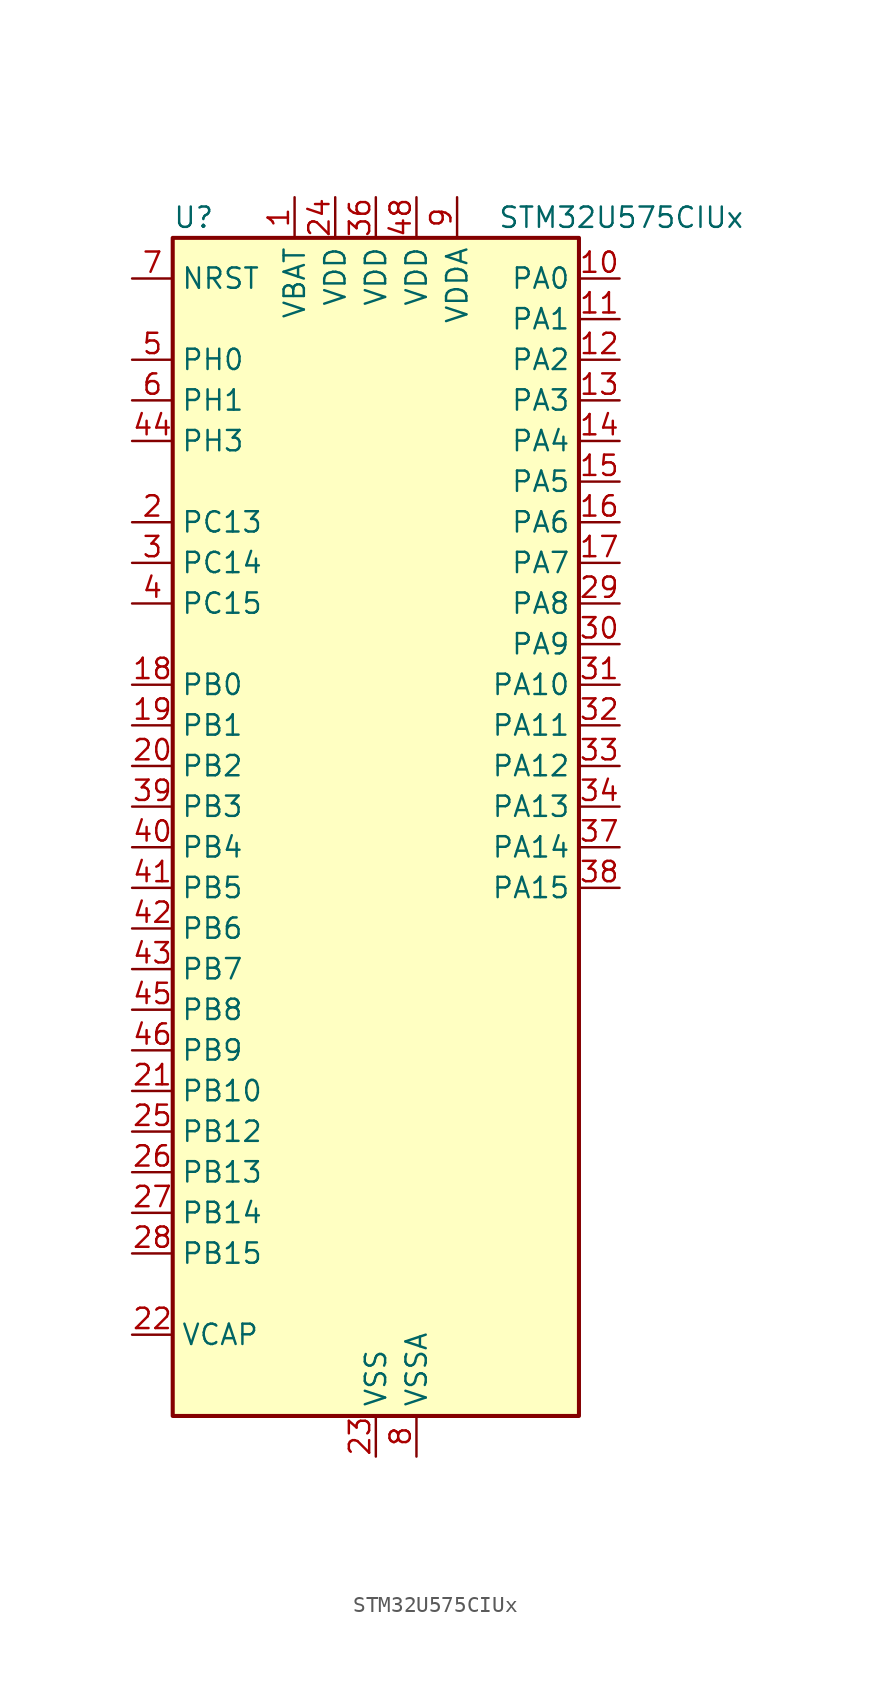
<source format=kicad_sym>
(kicad_symbol_lib
  (version 20220914)
  (generator kicad_symbol_editor)
  (symbol "STM32U575CIUx"
    (property "Reference" "U"
      (at -12.7 39.37 0)
      (effects (font (size 1.27 1.27)) (justify left)))
    (property "Value" "STM32U575CIUx"
      (at 7.62 39.37 0)
      (effects (font (size 1.27 1.27)) (justify left)))
    (property "ki_locked" ""
      (at 0 0 0)
      (effects (font (size 1.27 1.27))))
    (symbol "STM32U575CIUx_0_1"
      (rectangle (start -12.7 -35.56) (end 12.7 38.1) (stroke (width 0.254) (type default)) (fill (type background))))
    (symbol "STM32U575CIUx_1_1"
      (pin power_in line (at -5.08 40.64 270) (length 2.54) (name "VBAT" (effects (font (size 1.27 1.27)))) (number "1" (effects (font (size 1.27 1.27)))))
      (pin bidirectional line (at 15.24 35.56 180) (length 2.54) (name "PA0" (effects (font (size 1.27 1.27)))) (number "10" (effects (font (size 1.27 1.27)))) (alternate "ADC1_IN5" bidirectional line) (alternate "AUDIOCLK" bidirectional line) (alternate "OCTOSPIM_P2_NCS" bidirectional line) (alternate "OPAMP1_VINP" bidirectional line) (alternate "PWR_WKUP1" bidirectional line) (alternate "SPI3_RDY" bidirectional line) (alternate "TAMP_IN2" bidirectional line) (alternate "TAMP_OUT1" bidirectional line) (alternate "TIM2_CH1" bidirectional line) (alternate "TIM2_ETR" bidirectional line) (alternate "TIM5_CH1" bidirectional line) (alternate "TIM8_ETR" bidirectional line) (alternate "UART4_TX" bidirectional line) (alternate "USART2_CTS" bidirectional line))
      (pin bidirectional line (at 15.24 33.02 180) (length 2.54) (name "PA1" (effects (font (size 1.27 1.27)))) (number "11" (effects (font (size 1.27 1.27)))) (alternate "ADC1_IN6" bidirectional line) (alternate "I2C1_SMBA" bidirectional line) (alternate "LPTIM1_CH2" bidirectional line) (alternate "OCTOSPIM_P1_DQS" bidirectional line) (alternate "OPAMP1_VINM" bidirectional line) (alternate "PWR_WKUP3" bidirectional line) (alternate "SPI1_SCK" bidirectional line) (alternate "TAMP_IN5" bidirectional line) (alternate "TAMP_OUT4" bidirectional line) (alternate "TIM15_CH1N" bidirectional line) (alternate "TIM2_CH2" bidirectional line) (alternate "TIM5_CH2" bidirectional line) (alternate "UART4_RX" bidirectional line) (alternate "USART2_DE" bidirectional line) (alternate "USART2_RTS" bidirectional line))
      (pin bidirectional line (at 15.24 30.48 180) (length 2.54) (name "PA2" (effects (font (size 1.27 1.27)))) (number "12" (effects (font (size 1.27 1.27)))) (alternate "ADC1_IN7" bidirectional line) (alternate "COMP1_INP" bidirectional line) (alternate "LPUART1_TX" bidirectional line) (alternate "OCTOSPIM_P1_NCS" bidirectional line) (alternate "PWR_WKUP4" bidirectional line) (alternate "RCC_LSCO" bidirectional line) (alternate "SPI1_RDY" bidirectional line) (alternate "TIM15_CH1" bidirectional line) (alternate "TIM2_CH3" bidirectional line) (alternate "TIM5_CH3" bidirectional line) (alternate "UCPD1_FRSTX1" bidirectional line) (alternate "USART2_TX" bidirectional line))
      (pin bidirectional line (at 15.24 27.94 180) (length 2.54) (name "PA3" (effects (font (size 1.27 1.27)))) (number "13" (effects (font (size 1.27 1.27)))) (alternate "ADC1_IN8" bidirectional line) (alternate "LPUART1_RX" bidirectional line) (alternate "OCTOSPIM_P1_CLK" bidirectional line) (alternate "OPAMP1_VOUT" bidirectional line) (alternate "PWR_WKUP5" bidirectional line) (alternate "SAI1_CK1" bidirectional line) (alternate "SAI1_MCLK_A" bidirectional line) (alternate "TIM15_CH2" bidirectional line) (alternate "TIM2_CH4" bidirectional line) (alternate "TIM5_CH4" bidirectional line) (alternate "USART2_RX" bidirectional line))
      (pin bidirectional line (at 15.24 25.4 180) (length 2.54) (name "PA4" (effects (font (size 1.27 1.27)))) (number "14" (effects (font (size 1.27 1.27)))) (alternate "ADC1_IN9" bidirectional line) (alternate "ADC4_IN9" bidirectional line) (alternate "DAC1_OUT1" bidirectional line) (alternate "LPTIM2_CH1" bidirectional line) (alternate "OCTOSPIM_P1_NCS" bidirectional line) (alternate "PWR_WKUP2" bidirectional line) (alternate "SAI1_FS_B" bidirectional line) (alternate "SPI1_NSS" bidirectional line) (alternate "SPI3_NSS" bidirectional line) (alternate "USART2_CK" bidirectional line))
      (pin bidirectional line (at 15.24 22.86 180) (length 2.54) (name "PA5" (effects (font (size 1.27 1.27)))) (number "15" (effects (font (size 1.27 1.27)))) (alternate "ADC1_IN10" bidirectional line) (alternate "ADC4_IN10" bidirectional line) (alternate "DAC1_OUT2" bidirectional line) (alternate "LPTIM2_ETR" bidirectional line) (alternate "PWR_CSLEEP" bidirectional line) (alternate "PWR_WKUP6" bidirectional line) (alternate "SPI1_SCK" bidirectional line) (alternate "TIM2_CH1" bidirectional line) (alternate "TIM2_ETR" bidirectional line) (alternate "TIM8_CH1N" bidirectional line) (alternate "USART3_RX" bidirectional line))
      (pin bidirectional line (at 15.24 20.32 180) (length 2.54) (name "PA6" (effects (font (size 1.27 1.27)))) (number "16" (effects (font (size 1.27 1.27)))) (alternate "ADC1_IN11" bidirectional line) (alternate "ADC4_IN11" bidirectional line) (alternate "LPUART1_CTS" bidirectional line) (alternate "OCTOSPIM_P1_IO3" bidirectional line) (alternate "OPAMP2_VINP" bidirectional line) (alternate "PWR_CDSTOP" bidirectional line) (alternate "PWR_WKUP7" bidirectional line) (alternate "SPI1_MISO" bidirectional line) (alternate "TIM16_CH1" bidirectional line) (alternate "TIM1_BKIN" bidirectional line) (alternate "TIM3_CH1" bidirectional line) (alternate "TIM8_BKIN" bidirectional line) (alternate "USART3_CTS" bidirectional line))
      (pin bidirectional line (at 15.24 17.78 180) (length 2.54) (name "PA7" (effects (font (size 1.27 1.27)))) (number "17" (effects (font (size 1.27 1.27)))) (alternate "ADC1_IN12" bidirectional line) (alternate "ADC4_IN20" bidirectional line) (alternate "I2C3_SCL" bidirectional line) (alternate "LPTIM2_CH2" bidirectional line) (alternate "OCTOSPIM_P1_IO2" bidirectional line) (alternate "OPAMP2_VINM" bidirectional line) (alternate "PWR_SRDSTOP" bidirectional line) (alternate "PWR_WKUP8" bidirectional line) (alternate "SPI1_MOSI" bidirectional line) (alternate "TIM17_CH1" bidirectional line) (alternate "TIM1_CH1N" bidirectional line) (alternate "TIM3_CH2" bidirectional line) (alternate "TIM8_CH1N" bidirectional line) (alternate "USART3_TX" bidirectional line))
      (pin bidirectional line (at -15.24 10.16 0) (length 2.54) (name "PB0" (effects (font (size 1.27 1.27)))) (number "18" (effects (font (size 1.27 1.27)))) (alternate "ADC1_IN15" bidirectional line) (alternate "ADC4_IN18" bidirectional line) (alternate "AUDIOCLK" bidirectional line) (alternate "COMP1_OUT" bidirectional line) (alternate "LPTIM3_CH1" bidirectional line) (alternate "OCTOSPIM_P1_IO1" bidirectional line) (alternate "OPAMP2_VOUT" bidirectional line) (alternate "SPI1_NSS" bidirectional line) (alternate "TIM1_CH2N" bidirectional line) (alternate "TIM3_CH3" bidirectional line) (alternate "TIM8_CH2N" bidirectional line) (alternate "USART3_CK" bidirectional line))
      (pin bidirectional line (at -15.24 7.62 0) (length 2.54) (name "PB1" (effects (font (size 1.27 1.27)))) (number "19" (effects (font (size 1.27 1.27)))) (alternate "ADC1_IN16" bidirectional line) (alternate "ADC4_IN19" bidirectional line) (alternate "COMP1_INM" bidirectional line) (alternate "LPTIM2_IN1" bidirectional line) (alternate "LPTIM3_CH2" bidirectional line) (alternate "LPUART1_DE" bidirectional line) (alternate "LPUART1_RTS" bidirectional line) (alternate "MDF1_SDI0" bidirectional line) (alternate "OCTOSPIM_P1_IO0" bidirectional line) (alternate "PWR_WKUP4" bidirectional line) (alternate "TIM1_CH3N" bidirectional line) (alternate "TIM3_CH4" bidirectional line) (alternate "TIM8_CH3N" bidirectional line) (alternate "USART3_DE" bidirectional line) (alternate "USART3_RTS" bidirectional line))
      (pin bidirectional line (at -15.24 20.32 0) (length 2.54) (name "PC13" (effects (font (size 1.27 1.27)))) (number "2" (effects (font (size 1.27 1.27)))) (alternate "PWR_WKUP2" bidirectional line) (alternate "RTC_OUT1" bidirectional line) (alternate "RTC_TS" bidirectional line) (alternate "TAMP_IN1" bidirectional line) (alternate "TAMP_OUT2" bidirectional line))
      (pin bidirectional line (at -15.24 5.08 0) (length 2.54) (name "PB2" (effects (font (size 1.27 1.27)))) (number "20" (effects (font (size 1.27 1.27)))) (alternate "ADC1_IN17" bidirectional line) (alternate "COMP1_INP" bidirectional line) (alternate "I2C3_SMBA" bidirectional line) (alternate "LPTIM1_CH1" bidirectional line) (alternate "MDF1_CKI0" bidirectional line) (alternate "OCTOSPIM_P1_DQS" bidirectional line) (alternate "PWR_WKUP1" bidirectional line) (alternate "RTC_OUT2" bidirectional line) (alternate "SPI1_RDY" bidirectional line) (alternate "TIM8_CH4N" bidirectional line) (alternate "UCPD1_FRSTX1" bidirectional line))
      (pin bidirectional line (at -15.24 -15.24 0) (length 2.54) (name "PB10" (effects (font (size 1.27 1.27)))) (number "21" (effects (font (size 1.27 1.27)))) (alternate "COMP1_OUT" bidirectional line) (alternate "I2C2_SCL" bidirectional line) (alternate "I2C4_SCL" bidirectional line) (alternate "LPTIM3_CH1" bidirectional line) (alternate "LPUART1_RX" bidirectional line) (alternate "OCTOSPIM_P1_CLK" bidirectional line) (alternate "PWR_WKUP8" bidirectional line) (alternate "SAI1_SCK_A" bidirectional line) (alternate "SPI2_SCK" bidirectional line) (alternate "TIM2_CH3" bidirectional line) (alternate "TSC_SYNC" bidirectional line) (alternate "USART3_TX" bidirectional line))
      (pin power_out line (at -15.24 -30.48 0) (length 2.54) (name "VCAP" (effects (font (size 1.27 1.27)))) (number "22" (effects (font (size 1.27 1.27)))))
      (pin power_in line (at 0 -38.1 90) (length 2.54) (name "VSS" (effects (font (size 1.27 1.27)))) (number "23" (effects (font (size 1.27 1.27)))))
      (pin power_in line (at -2.54 40.64 270) (length 2.54) (name "VDD" (effects (font (size 1.27 1.27)))) (number "24" (effects (font (size 1.27 1.27)))))
      (pin bidirectional line (at -15.24 -17.78 0) (length 2.54) (name "PB12" (effects (font (size 1.27 1.27)))) (number "25" (effects (font (size 1.27 1.27)))) (alternate "I2C2_SMBA" bidirectional line) (alternate "LPUART1_DE" bidirectional line) (alternate "LPUART1_RTS" bidirectional line) (alternate "MDF1_SDI1" bidirectional line) (alternate "OCTOSPIM_P1_NCLK" bidirectional line) (alternate "SPI2_NSS" bidirectional line) (alternate "TIM15_BKIN" bidirectional line) (alternate "TIM1_BKIN" bidirectional line) (alternate "TSC_G1_IO1" bidirectional line) (alternate "USART3_CK" bidirectional line))
      (pin bidirectional line (at -15.24 -20.32 0) (length 2.54) (name "PB13" (effects (font (size 1.27 1.27)))) (number "26" (effects (font (size 1.27 1.27)))) (alternate "I2C2_SCL" bidirectional line) (alternate "LPTIM3_IN1" bidirectional line) (alternate "LPUART1_CTS" bidirectional line) (alternate "MDF1_CKI1" bidirectional line) (alternate "SPI2_SCK" bidirectional line) (alternate "TIM15_CH1N" bidirectional line) (alternate "TIM1_CH1N" bidirectional line) (alternate "TSC_G1_IO2" bidirectional line) (alternate "USART3_CTS" bidirectional line))
      (pin bidirectional line (at -15.24 -22.86 0) (length 2.54) (name "PB14" (effects (font (size 1.27 1.27)))) (number "27" (effects (font (size 1.27 1.27)))) (alternate "I2C2_SDA" bidirectional line) (alternate "LPTIM3_ETR" bidirectional line) (alternate "MDF1_SDI2" bidirectional line) (alternate "SPI2_MISO" bidirectional line) (alternate "TIM15_CH1" bidirectional line) (alternate "TIM1_CH2N" bidirectional line) (alternate "TIM8_CH2N" bidirectional line) (alternate "TSC_G1_IO3" bidirectional line) (alternate "UCPD1_DBCC2" bidirectional line) (alternate "USART3_DE" bidirectional line) (alternate "USART3_RTS" bidirectional line))
      (pin bidirectional line (at -15.24 -25.4 0) (length 2.54) (name "PB15" (effects (font (size 1.27 1.27)))) (number "28" (effects (font (size 1.27 1.27)))) (alternate "ADC1_EXTI15" bidirectional line) (alternate "ADC4_EXTI15" bidirectional line) (alternate "LPTIM2_IN2" bidirectional line) (alternate "MDF1_CKI2" bidirectional line) (alternate "PWR_WKUP7" bidirectional line) (alternate "RTC_REFIN" bidirectional line) (alternate "SPI2_MOSI" bidirectional line) (alternate "TIM15_CH2" bidirectional line) (alternate "TIM1_CH3N" bidirectional line) (alternate "TIM8_CH3N" bidirectional line) (alternate "UCPD1_CC2" bidirectional line))
      (pin bidirectional line (at 15.24 15.24 180) (length 2.54) (name "PA8" (effects (font (size 1.27 1.27)))) (number "29" (effects (font (size 1.27 1.27)))) (alternate "DEBUG_TRACECLK" bidirectional line) (alternate "LPTIM2_CH1" bidirectional line) (alternate "RCC_MCO" bidirectional line) (alternate "SAI1_CK2" bidirectional line) (alternate "SAI1_SCK_A" bidirectional line) (alternate "SPI1_RDY" bidirectional line) (alternate "TIM1_CH1" bidirectional line) (alternate "USART1_CK" bidirectional line) (alternate "USB_OTG_FS_SOF" bidirectional line))
      (pin bidirectional line (at -15.24 17.78 0) (length 2.54) (name "PC14" (effects (font (size 1.27 1.27)))) (number "3" (effects (font (size 1.27 1.27)))) (alternate "RCC_OSC32_IN" bidirectional line))
      (pin bidirectional line (at 15.24 12.7 180) (length 2.54) (name "PA9" (effects (font (size 1.27 1.27)))) (number "30" (effects (font (size 1.27 1.27)))) (alternate "DAC1_EXTI9" bidirectional line) (alternate "SAI1_FS_A" bidirectional line) (alternate "SPI2_SCK" bidirectional line) (alternate "TIM15_BKIN" bidirectional line) (alternate "TIM1_CH2" bidirectional line) (alternate "USART1_TX" bidirectional line) (alternate "USB_OTG_FS_VBUS" bidirectional line))
      (pin bidirectional line (at 15.24 10.16 180) (length 2.54) (name "PA10" (effects (font (size 1.27 1.27)))) (number "31" (effects (font (size 1.27 1.27)))) (alternate "CRS_SYNC" bidirectional line) (alternate "LPTIM2_IN2" bidirectional line) (alternate "SAI1_D1" bidirectional line) (alternate "SAI1_SD_A" bidirectional line) (alternate "TIM17_BKIN" bidirectional line) (alternate "TIM1_CH3" bidirectional line) (alternate "USART1_RX" bidirectional line) (alternate "USB_OTG_FS_ID" bidirectional line))
      (pin bidirectional line (at 15.24 7.62 180) (length 2.54) (name "PA11" (effects (font (size 1.27 1.27)))) (number "32" (effects (font (size 1.27 1.27)))) (alternate "ADC1_EXTI11" bidirectional line) (alternate "FDCAN1_RX" bidirectional line) (alternate "SPI1_MISO" bidirectional line) (alternate "TIM1_BKIN2" bidirectional line) (alternate "TIM1_CH4" bidirectional line) (alternate "USART1_CTS" bidirectional line) (alternate "USB_OTG_FS_DM" bidirectional line))
      (pin bidirectional line (at 15.24 5.08 180) (length 2.54) (name "PA12" (effects (font (size 1.27 1.27)))) (number "33" (effects (font (size 1.27 1.27)))) (alternate "FDCAN1_TX" bidirectional line) (alternate "OCTOSPIM_P2_NCS" bidirectional line) (alternate "SPI1_MOSI" bidirectional line) (alternate "TIM1_ETR" bidirectional line) (alternate "USART1_DE" bidirectional line) (alternate "USART1_RTS" bidirectional line) (alternate "USB_OTG_FS_DP" bidirectional line))
      (pin bidirectional line (at 15.24 2.54 180) (length 2.54) (name "PA13" (effects (font (size 1.27 1.27)))) (number "34" (effects (font (size 1.27 1.27)))) (alternate "DEBUG_JTMS-SWDIO" bidirectional line) (alternate "IR_OUT" bidirectional line) (alternate "SAI1_SD_B" bidirectional line) (alternate "USB_OTG_FS_NOE" bidirectional line))
      (pin passive line (at 0 -38.1 90) (length 2.54) hide (name "VSS" (effects (font (size 1.27 1.27)))) (number "35" (effects (font (size 1.27 1.27)))))
      (pin power_in line (at 0 40.64 270) (length 2.54) (name "VDD" (effects (font (size 1.27 1.27)))) (number "36" (effects (font (size 1.27 1.27)))))
      (pin bidirectional line (at 15.24 0 180) (length 2.54) (name "PA14" (effects (font (size 1.27 1.27)))) (number "37" (effects (font (size 1.27 1.27)))) (alternate "DEBUG_JTCK-SWCLK" bidirectional line) (alternate "I2C1_SMBA" bidirectional line) (alternate "I2C4_SMBA" bidirectional line) (alternate "LPTIM1_CH1" bidirectional line) (alternate "SAI1_FS_B" bidirectional line) (alternate "USB_OTG_FS_SOF" bidirectional line))
      (pin bidirectional line (at 15.24 -2.54 180) (length 2.54) (name "PA15" (effects (font (size 1.27 1.27)))) (number "38" (effects (font (size 1.27 1.27)))) (alternate "ADC1_EXTI15" bidirectional line) (alternate "ADC4_EXTI15" bidirectional line) (alternate "DEBUG_JTDI" bidirectional line) (alternate "SPI1_NSS" bidirectional line) (alternate "SPI3_NSS" bidirectional line) (alternate "TIM2_CH1" bidirectional line) (alternate "TIM2_ETR" bidirectional line) (alternate "UART4_DE" bidirectional line) (alternate "UART4_RTS" bidirectional line) (alternate "UCPD1_CC1" bidirectional line) (alternate "USART2_RX" bidirectional line) (alternate "USART3_DE" bidirectional line) (alternate "USART3_RTS" bidirectional line))
      (pin bidirectional line (at -15.24 2.54 0) (length 2.54) (name "PB3" (effects (font (size 1.27 1.27)))) (number "39" (effects (font (size 1.27 1.27)))) (alternate "ADF1_CCK0" bidirectional line) (alternate "COMP2_INM" bidirectional line) (alternate "CRS_SYNC" bidirectional line) (alternate "DEBUG_JTDO-SWO" bidirectional line) (alternate "I2C1_SDA" bidirectional line) (alternate "LPTIM1_CH1" bidirectional line) (alternate "SAI1_SCK_B" bidirectional line) (alternate "SPI1_SCK" bidirectional line) (alternate "SPI3_SCK" bidirectional line) (alternate "TIM2_CH2" bidirectional line) (alternate "USART1_DE" bidirectional line) (alternate "USART1_RTS" bidirectional line))
      (pin bidirectional line (at -15.24 15.24 0) (length 2.54) (name "PC15" (effects (font (size 1.27 1.27)))) (number "4" (effects (font (size 1.27 1.27)))) (alternate "ADC1_EXTI15" bidirectional line) (alternate "ADC4_EXTI15" bidirectional line) (alternate "RCC_OSC32_OUT" bidirectional line))
      (pin bidirectional line (at -15.24 0 0) (length 2.54) (name "PB4" (effects (font (size 1.27 1.27)))) (number "40" (effects (font (size 1.27 1.27)))) (alternate "ADF1_SDI0" bidirectional line) (alternate "COMP2_INP" bidirectional line) (alternate "DEBUG_JTRST" bidirectional line) (alternate "I2C3_SDA" bidirectional line) (alternate "LPTIM1_CH2" bidirectional line) (alternate "SAI1_MCLK_B" bidirectional line) (alternate "SPI1_MISO" bidirectional line) (alternate "SPI3_MISO" bidirectional line) (alternate "TIM17_BKIN" bidirectional line) (alternate "TIM3_CH1" bidirectional line) (alternate "TSC_G2_IO1" bidirectional line) (alternate "USART1_CTS" bidirectional line))
      (pin bidirectional line (at -15.24 -2.54 0) (length 2.54) (name "PB5" (effects (font (size 1.27 1.27)))) (number "41" (effects (font (size 1.27 1.27)))) (alternate "COMP2_OUT" bidirectional line) (alternate "I2C1_SMBA" bidirectional line) (alternate "LPTIM1_IN1" bidirectional line) (alternate "OCTOSPIM_P1_NCLK" bidirectional line) (alternate "PWR_WKUP6" bidirectional line) (alternate "SAI1_SD_B" bidirectional line) (alternate "SPI1_MOSI" bidirectional line) (alternate "SPI3_MOSI" bidirectional line) (alternate "TIM16_BKIN" bidirectional line) (alternate "TIM3_CH2" bidirectional line) (alternate "TSC_G2_IO2" bidirectional line) (alternate "UCPD1_DBCC1" bidirectional line) (alternate "USART1_CK" bidirectional line))
      (pin bidirectional line (at -15.24 -5.08 0) (length 2.54) (name "PB6" (effects (font (size 1.27 1.27)))) (number "42" (effects (font (size 1.27 1.27)))) (alternate "COMP2_INP" bidirectional line) (alternate "I2C1_SCL" bidirectional line) (alternate "I2C4_SCL" bidirectional line) (alternate "LPTIM1_ETR" bidirectional line) (alternate "MDF1_SDI5" bidirectional line) (alternate "PWR_WKUP3" bidirectional line) (alternate "SAI1_FS_B" bidirectional line) (alternate "TIM16_CH1N" bidirectional line) (alternate "TIM4_CH1" bidirectional line) (alternate "TIM8_BKIN2" bidirectional line) (alternate "TSC_G2_IO3" bidirectional line) (alternate "USART1_TX" bidirectional line))
      (pin bidirectional line (at -15.24 -7.62 0) (length 2.54) (name "PB7" (effects (font (size 1.27 1.27)))) (number "43" (effects (font (size 1.27 1.27)))) (alternate "COMP2_INM" bidirectional line) (alternate "I2C1_SDA" bidirectional line) (alternate "I2C4_SDA" bidirectional line) (alternate "LPTIM1_IN2" bidirectional line) (alternate "MDF1_CKI5" bidirectional line) (alternate "PWR_PVD_IN" bidirectional line) (alternate "PWR_WKUP4" bidirectional line) (alternate "TIM17_CH1N" bidirectional line) (alternate "TIM4_CH2" bidirectional line) (alternate "TIM8_BKIN" bidirectional line) (alternate "TSC_G2_IO4" bidirectional line) (alternate "UART4_CTS" bidirectional line) (alternate "USART1_RX" bidirectional line))
      (pin bidirectional line (at -15.24 25.4 0) (length 2.54) (name "PH3" (effects (font (size 1.27 1.27)))) (number "44" (effects (font (size 1.27 1.27)))))
      (pin bidirectional line (at -15.24 -10.16 0) (length 2.54) (name "PB8" (effects (font (size 1.27 1.27)))) (number "45" (effects (font (size 1.27 1.27)))) (alternate "FDCAN1_RX" bidirectional line) (alternate "I2C1_SCL" bidirectional line) (alternate "MDF1_CCK0" bidirectional line) (alternate "PWR_WKUP5" bidirectional line) (alternate "SAI1_CK1" bidirectional line) (alternate "SAI1_MCLK_A" bidirectional line) (alternate "SPI3_RDY" bidirectional line) (alternate "TIM16_CH1" bidirectional line) (alternate "TIM4_CH3" bidirectional line))
      (pin bidirectional line (at -15.24 -12.7 0) (length 2.54) (name "PB9" (effects (font (size 1.27 1.27)))) (number "46" (effects (font (size 1.27 1.27)))) (alternate "DAC1_EXTI9" bidirectional line) (alternate "FDCAN1_TX" bidirectional line) (alternate "I2C1_SDA" bidirectional line) (alternate "IR_OUT" bidirectional line) (alternate "SAI1_D2" bidirectional line) (alternate "SAI1_FS_A" bidirectional line) (alternate "SPI2_NSS" bidirectional line) (alternate "TIM17_CH1" bidirectional line) (alternate "TIM4_CH4" bidirectional line))
      (pin passive line (at 0 -38.1 90) (length 2.54) hide (name "VSS" (effects (font (size 1.27 1.27)))) (number "47" (effects (font (size 1.27 1.27)))))
      (pin power_in line (at 2.54 40.64 270) (length 2.54) (name "VDD" (effects (font (size 1.27 1.27)))) (number "48" (effects (font (size 1.27 1.27)))))
      (pin passive line (at 0 -38.1 90) (length 2.54) hide (name "VSS" (effects (font (size 1.27 1.27)))) (number "49" (effects (font (size 1.27 1.27)))))
      (pin bidirectional line (at -15.24 30.48 0) (length 2.54) (name "PH0" (effects (font (size 1.27 1.27)))) (number "5" (effects (font (size 1.27 1.27)))) (alternate "RCC_OSC_IN" bidirectional line))
      (pin bidirectional line (at -15.24 27.94 0) (length 2.54) (name "PH1" (effects (font (size 1.27 1.27)))) (number "6" (effects (font (size 1.27 1.27)))) (alternate "RCC_OSC_OUT" bidirectional line))
      (pin input line (at -15.24 35.56 0) (length 2.54) (name "NRST" (effects (font (size 1.27 1.27)))) (number "7" (effects (font (size 1.27 1.27)))))
      (pin power_in line (at 2.54 -38.1 90) (length 2.54) (name "VSSA" (effects (font (size 1.27 1.27)))) (number "8" (effects (font (size 1.27 1.27)))))
      (pin power_in line (at 5.08 40.64 270) (length 2.54) (name "VDDA" (effects (font (size 1.27 1.27)))) (number "9" (effects (font (size 1.27 1.27))))))))
</source>
